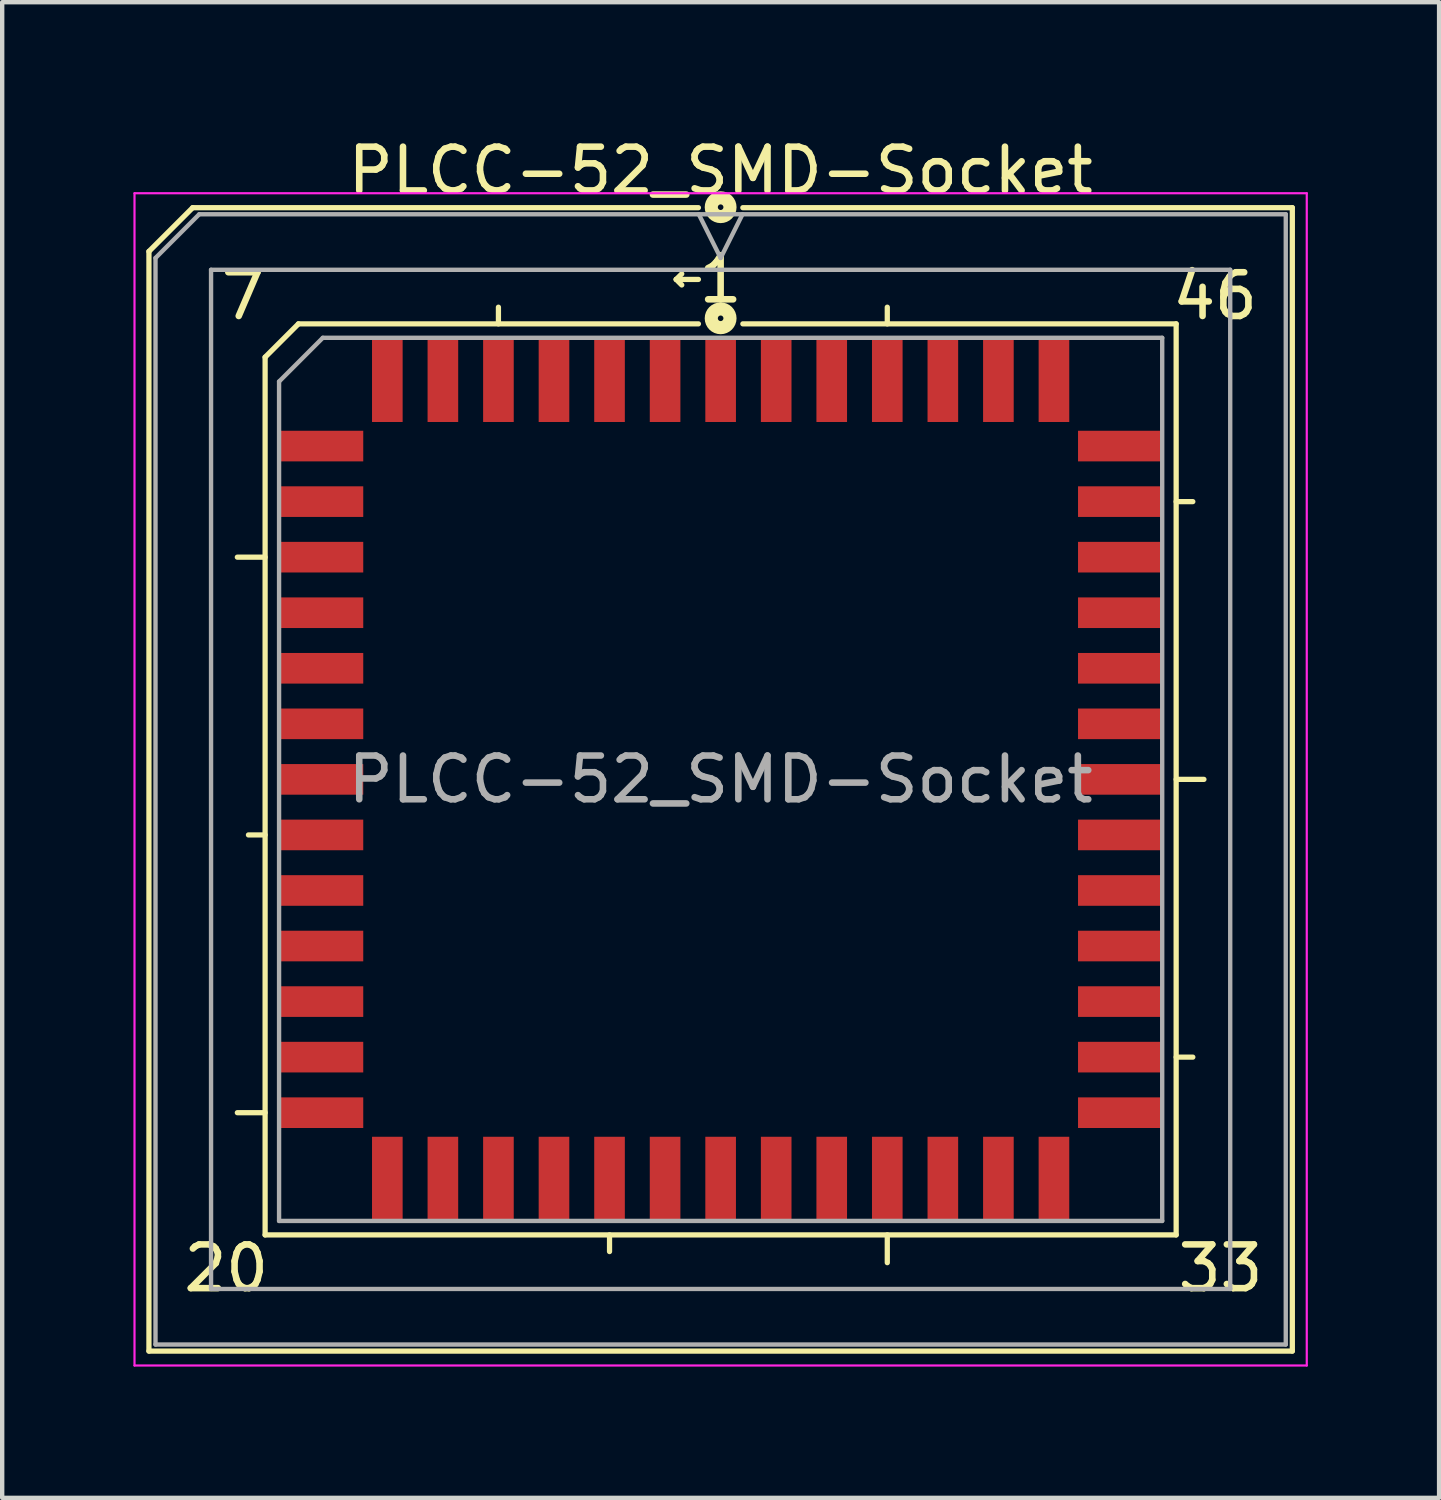
<source format=kicad_pcb>
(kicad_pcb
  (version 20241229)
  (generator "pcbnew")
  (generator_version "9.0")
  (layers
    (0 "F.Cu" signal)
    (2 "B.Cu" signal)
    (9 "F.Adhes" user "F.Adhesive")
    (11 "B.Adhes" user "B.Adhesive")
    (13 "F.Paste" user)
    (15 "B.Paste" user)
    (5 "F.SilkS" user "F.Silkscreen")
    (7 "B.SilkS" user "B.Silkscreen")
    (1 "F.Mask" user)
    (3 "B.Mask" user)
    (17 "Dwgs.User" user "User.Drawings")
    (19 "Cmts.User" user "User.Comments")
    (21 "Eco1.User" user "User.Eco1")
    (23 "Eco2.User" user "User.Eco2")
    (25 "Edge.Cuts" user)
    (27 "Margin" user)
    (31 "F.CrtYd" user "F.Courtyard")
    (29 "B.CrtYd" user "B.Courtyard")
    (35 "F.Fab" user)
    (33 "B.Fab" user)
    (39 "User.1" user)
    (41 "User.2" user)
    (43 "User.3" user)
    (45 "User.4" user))
  (footprint "PLCC-52_SMD-Socket"
    (layer "F.Cu")
    (at 13.425 14.768)
    (property "Reference" "PLCC-52_SMD-Socket" (at 0 -13.92 0) (layer "F.SilkS") (effects (font (size 1 1) (thickness 0.15))))
    (attr smd)
    (fp_line (start -13.07 -12.07) (end -13.07 13.07) (stroke (width 0.12) (type solid)) (layer "F.SilkS"))
    (fp_line (start -13.07 13.07) (end 13.07 13.07) (stroke (width 0.12) (type solid)) (layer "F.SilkS"))
    (fp_line (start -12.07 -13.07) (end -13.07 -12.07) (stroke (width 0.12) (type solid)) (layer "F.SilkS"))
    (fp_line (start -10.414 -9.652) (end -10.414 10.414) (stroke (width 0.12) (type solid)) (layer "F.SilkS"))
    (fp_line (start -10.414 -5.08) (end -11.049 -5.08) (stroke (width 0.12) (type solid)) (layer "F.SilkS"))
    (fp_line (start -10.414 1.27) (end -10.795 1.27) (stroke (width 0.12) (type solid)) (layer "F.SilkS"))
    (fp_line (start -10.414 7.62) (end -11.049 7.62) (stroke (width 0.12) (type solid)) (layer "F.SilkS"))
    (fp_line (start -10.414 10.414) (end 10.414 10.414) (stroke (width 0.12) (type solid)) (layer "F.SilkS"))
    (fp_line (start -9.652 -10.414) (end -10.414 -9.652) (stroke (width 0.12) (type solid)) (layer "F.SilkS"))
    (fp_line (start -5.08 -10.414) (end -5.08 -10.795) (stroke (width 0.12) (type solid)) (layer "F.SilkS"))
    (fp_line (start -2.54 10.414) (end -2.54 10.795) (stroke (width 0.12) (type solid)) (layer "F.SilkS"))
    (fp_line (start -1.016 -11.43) (end -0.889 -11.557) (stroke (width 0.12) (type solid)) (layer "F.SilkS"))
    (fp_line (start -1.016 -11.43) (end -0.889 -11.303) (stroke (width 0.12) (type solid)) (layer "F.SilkS"))
    (fp_line (start -0.508 -13.07) (end -12.07 -13.07) (stroke (width 0.12) (type solid)) (layer "F.SilkS"))
    (fp_line (start -0.508 -11.43) (end -1.016 -11.43) (stroke (width 0.12) (type solid)) (layer "F.SilkS"))
    (fp_line (start -0.508 -10.414) (end -9.652 -10.414) (stroke (width 0.12) (type solid)) (layer "F.SilkS"))
    (fp_line (start 3.81 -10.414) (end 3.81 -10.795) (stroke (width 0.12) (type solid)) (layer "F.SilkS"))
    (fp_line (start 3.81 10.414) (end 3.81 11.049) (stroke (width 0.12) (type solid)) (layer "F.SilkS"))
    (fp_line (start 10.414 -10.414) (end 0.508 -10.414) (stroke (width 0.12) (type solid)) (layer "F.SilkS"))
    (fp_line (start 10.414 -6.35) (end 10.795 -6.35) (stroke (width 0.12) (type solid)) (layer "F.SilkS"))
    (fp_line (start 10.414 0) (end 11.049 0) (stroke (width 0.12) (type solid)) (layer "F.SilkS"))
    (fp_line (start 10.414 6.35) (end 10.795 6.35) (stroke (width 0.12) (type solid)) (layer "F.SilkS"))
    (fp_line (start 10.414 10.414) (end 10.414 -10.414) (stroke (width 0.12) (type solid)) (layer "F.SilkS"))
    (fp_line (start 13.07 -13.07) (end 0.508 -13.07) (stroke (width 0.12) (type solid)) (layer "F.SilkS"))
    (fp_line (start 13.07 13.07) (end 13.07 -13.07) (stroke (width 0.12) (type solid)) (layer "F.SilkS"))
    (fp_circle (center 0 -13.081) (end 0.064 -13.081) (stroke (width 0.3) (type solid)) (fill no) (layer "F.SilkS"))
    (fp_circle (center 0 -10.541) (end 0.064 -10.541) (stroke (width 0.3) (type solid)) (fill no) (layer "F.SilkS"))
    (fp_line (start -13.4 -13.4) (end -13.4 13.4) (stroke (width 0.05) (type solid)) (layer "F.CrtYd"))
    (fp_line (start -13.4 13.4) (end 13.4 13.4) (stroke (width 0.05) (type solid)) (layer "F.CrtYd"))
    (fp_line (start 13.4 -13.4) (end -13.4 -13.4) (stroke (width 0.05) (type solid)) (layer "F.CrtYd"))
    (fp_line (start 13.4 13.4) (end 13.4 -13.4) (stroke (width 0.05) (type solid)) (layer "F.CrtYd"))
    (fp_line (start -12.92 -11.92) (end -12.92 12.92) (stroke (width 0.1) (type solid)) (layer "F.Fab"))
    (fp_line (start -12.92 12.92) (end 12.92 12.92) (stroke (width 0.1) (type solid)) (layer "F.Fab"))
    (fp_line (start -11.92 -12.92) (end -12.92 -11.92) (stroke (width 0.1) (type solid)) (layer "F.Fab"))
    (fp_line (start -11.65 -11.65) (end -11.65 11.65) (stroke (width 0.1) (type solid)) (layer "F.Fab"))
    (fp_line (start -11.65 11.65) (end 11.65 11.65) (stroke (width 0.1) (type solid)) (layer "F.Fab"))
    (fp_line (start -10.095 -9.095) (end -10.095 10.095) (stroke (width 0.1) (type solid)) (layer "F.Fab"))
    (fp_line (start -10.095 10.095) (end 10.095 10.095) (stroke (width 0.1) (type solid)) (layer "F.Fab"))
    (fp_line (start -9.095 -10.095) (end -10.095 -9.095) (stroke (width 0.1) (type solid)) (layer "F.Fab"))
    (fp_line (start -0.5 -12.92) (end 0 -11.92) (stroke (width 0.1) (type solid)) (layer "F.Fab"))
    (fp_line (start 0 -11.92) (end 0.5 -12.92) (stroke (width 0.1) (type solid)) (layer "F.Fab"))
    (fp_line (start 10.095 -10.095) (end -9.095 -10.095) (stroke (width 0.1) (type solid)) (layer "F.Fab"))
    (fp_line (start 10.095 10.095) (end 10.095 -10.095) (stroke (width 0.1) (type solid)) (layer "F.Fab"))
    (fp_line (start 11.65 -11.65) (end -11.65 -11.65) (stroke (width 0.1) (type solid)) (layer "F.Fab"))
    (fp_line (start 11.65 11.65) (end 11.65 -11.65) (stroke (width 0.1) (type solid)) (layer "F.Fab"))
    (fp_line (start 12.92 -12.92) (end -11.92 -12.92) (stroke (width 0.1) (type solid)) (layer "F.Fab"))
    (fp_line (start 12.92 12.92) (end 12.92 -12.92) (stroke (width 0.1) (type solid)) (layer "F.Fab"))
    (fp_text user "33" (at 11.43 11.176 0) (unlocked yes) (layer "F.SilkS") (effects (font (size 1 1) (thickness 0.15))))
    (fp_text user "20" (at -11.303 11.176 0) (unlocked yes) (layer "F.SilkS") (effects (font (size 1 1) (thickness 0.15))))
    (fp_text user "46" (at 11.303 -11.049 0) (unlocked yes) (layer "F.SilkS") (effects (font (size 1 1) (thickness 0.15))))
    (fp_text user "1" (at 0 -11.43 0) (unlocked yes) (layer "F.SilkS") (effects (font (size 1 1) (thickness 0.15))))
    (fp_text user "7" (at -10.922 -11.049 0) (unlocked yes) (layer "F.SilkS") (effects (font (size 1 1) (thickness 0.15))))
    (fp_text user "${REFERENCE}" (at 0 0 0) (layer "F.Fab") (effects (font (size 1 1) (thickness 0.15))))
    (pad "1" smd rect (at 0 -9.133) (size 0.7 1.925) (layers "F.Cu" "F.Mask" "F.Paste"))
    (pad "2" smd rect (at -1.27 -9.133) (size 0.7 1.925) (layers "F.Cu" "F.Mask" "F.Paste"))
    (pad "3" smd rect (at -2.54 -9.133) (size 0.7 1.925) (layers "F.Cu" "F.Mask" "F.Paste"))
    (pad "4" smd rect (at -3.81 -9.133) (size 0.7 1.925) (layers "F.Cu" "F.Mask" "F.Paste"))
    (pad "5" smd rect (at -5.08 -9.133) (size 0.7 1.925) (layers "F.Cu" "F.Mask" "F.Paste"))
    (pad "6" smd rect (at -6.35 -9.133) (size 0.7 1.925) (layers "F.Cu" "F.Mask" "F.Paste"))
    (pad "7" smd rect (at -7.62 -9.133) (size 0.7 1.925) (layers "F.Cu" "F.Mask" "F.Paste"))
    (pad "8" smd rect (at -9.133 -7.62) (size 1.925 0.7) (layers "F.Cu" "F.Mask" "F.Paste"))
    (pad "9" smd rect (at -9.133 -6.35) (size 1.925 0.7) (layers "F.Cu" "F.Mask" "F.Paste"))
    (pad "10" smd rect (at -9.133 -5.08) (size 1.925 0.7) (layers "F.Cu" "F.Mask" "F.Paste"))
    (pad "11" smd rect (at -9.133 -3.81) (size 1.925 0.7) (layers "F.Cu" "F.Mask" "F.Paste"))
    (pad "12" smd rect (at -9.133 -2.54) (size 1.925 0.7) (layers "F.Cu" "F.Mask" "F.Paste"))
    (pad "13" smd rect (at -9.133 -1.27) (size 1.925 0.7) (layers "F.Cu" "F.Mask" "F.Paste"))
    (pad "14" smd rect (at -9.133 0) (size 1.925 0.7) (layers "F.Cu" "F.Mask" "F.Paste"))
    (pad "15" smd rect (at -9.133 1.27) (size 1.925 0.7) (layers "F.Cu" "F.Mask" "F.Paste"))
    (pad "16" smd rect (at -9.133 2.54) (size 1.925 0.7) (layers "F.Cu" "F.Mask" "F.Paste"))
    (pad "17" smd rect (at -9.133 3.81) (size 1.925 0.7) (layers "F.Cu" "F.Mask" "F.Paste"))
    (pad "18" smd rect (at -9.133 5.08) (size 1.925 0.7) (layers "F.Cu" "F.Mask" "F.Paste"))
    (pad "19" smd rect (at -9.133 6.35) (size 1.925 0.7) (layers "F.Cu" "F.Mask" "F.Paste"))
    (pad "20" smd rect (at -9.133 7.62) (size 1.925 0.7) (layers "F.Cu" "F.Mask" "F.Paste"))
    (pad "21" smd rect (at -7.62 9.133) (size 0.7 1.925) (layers "F.Cu" "F.Mask" "F.Paste"))
    (pad "22" smd rect (at -6.35 9.133) (size 0.7 1.925) (layers "F.Cu" "F.Mask" "F.Paste"))
    (pad "23" smd rect (at -5.08 9.133) (size 0.7 1.925) (layers "F.Cu" "F.Mask" "F.Paste"))
    (pad "24" smd rect (at -3.81 9.133) (size 0.7 1.925) (layers "F.Cu" "F.Mask" "F.Paste"))
    (pad "25" smd rect (at -2.54 9.133) (size 0.7 1.925) (layers "F.Cu" "F.Mask" "F.Paste"))
    (pad "26" smd rect (at -1.27 9.133) (size 0.7 1.925) (layers "F.Cu" "F.Mask" "F.Paste"))
    (pad "27" smd rect (at 0 9.133) (size 0.7 1.925) (layers "F.Cu" "F.Mask" "F.Paste"))
    (pad "28" smd rect (at 1.27 9.133) (size 0.7 1.925) (layers "F.Cu" "F.Mask" "F.Paste"))
    (pad "29" smd rect (at 2.54 9.133) (size 0.7 1.925) (layers "F.Cu" "F.Mask" "F.Paste"))
    (pad "30" smd rect (at 3.81 9.133) (size 0.7 1.925) (layers "F.Cu" "F.Mask" "F.Paste"))
    (pad "31" smd rect (at 5.08 9.133) (size 0.7 1.925) (layers "F.Cu" "F.Mask" "F.Paste"))
    (pad "32" smd rect (at 6.35 9.133) (size 0.7 1.925) (layers "F.Cu" "F.Mask" "F.Paste"))
    (pad "33" smd rect (at 7.62 9.133) (size 0.7 1.925) (layers "F.Cu" "F.Mask" "F.Paste"))
    (pad "34" smd rect (at 9.133 7.62) (size 1.925 0.7) (layers "F.Cu" "F.Mask" "F.Paste"))
    (pad "35" smd rect (at 9.133 6.35) (size 1.925 0.7) (layers "F.Cu" "F.Mask" "F.Paste"))
    (pad "36" smd rect (at 9.133 5.08) (size 1.925 0.7) (layers "F.Cu" "F.Mask" "F.Paste"))
    (pad "37" smd rect (at 9.133 3.81) (size 1.925 0.7) (layers "F.Cu" "F.Mask" "F.Paste"))
    (pad "38" smd rect (at 9.133 2.54) (size 1.925 0.7) (layers "F.Cu" "F.Mask" "F.Paste"))
    (pad "39" smd rect (at 9.133 1.27) (size 1.925 0.7) (layers "F.Cu" "F.Mask" "F.Paste"))
    (pad "40" smd rect (at 9.133 0) (size 1.925 0.7) (layers "F.Cu" "F.Mask" "F.Paste"))
    (pad "41" smd rect (at 9.133 -1.27) (size 1.925 0.7) (layers "F.Cu" "F.Mask" "F.Paste"))
    (pad "42" smd rect (at 9.133 -2.54) (size 1.925 0.7) (layers "F.Cu" "F.Mask" "F.Paste"))
    (pad "43" smd rect (at 9.133 -3.81) (size 1.925 0.7) (layers "F.Cu" "F.Mask" "F.Paste"))
    (pad "44" smd rect (at 9.133 -5.08) (size 1.925 0.7) (layers "F.Cu" "F.Mask" "F.Paste"))
    (pad "45" smd rect (at 9.133 -6.35) (size 1.925 0.7) (layers "F.Cu" "F.Mask" "F.Paste"))
    (pad "46" smd rect (at 9.133 -7.62) (size 1.925 0.7) (layers "F.Cu" "F.Mask" "F.Paste"))
    (pad "47" smd rect (at 7.62 -9.133) (size 0.7 1.925) (layers "F.Cu" "F.Mask" "F.Paste"))
    (pad "48" smd rect (at 6.35 -9.133) (size 0.7 1.925) (layers "F.Cu" "F.Mask" "F.Paste"))
    (pad "49" smd rect (at 5.08 -9.133) (size 0.7 1.925) (layers "F.Cu" "F.Mask" "F.Paste"))
    (pad "50" smd rect (at 3.81 -9.133) (size 0.7 1.925) (layers "F.Cu" "F.Mask" "F.Paste"))
    (pad "51" smd rect (at 2.54 -9.133) (size 0.7 1.925) (layers "F.Cu" "F.Mask" "F.Paste"))
    (pad "52" smd rect (at 1.27 -9.133) (size 0.7 1.925) (layers "F.Cu" "F.Mask" "F.Paste")))
  (gr_rect
    (start -3 -3)
    (end 29.85 31.193)
    (stroke (width 0.1) (type default))
    (fill no)
    (layer "Edge.Cuts")))
</source>
